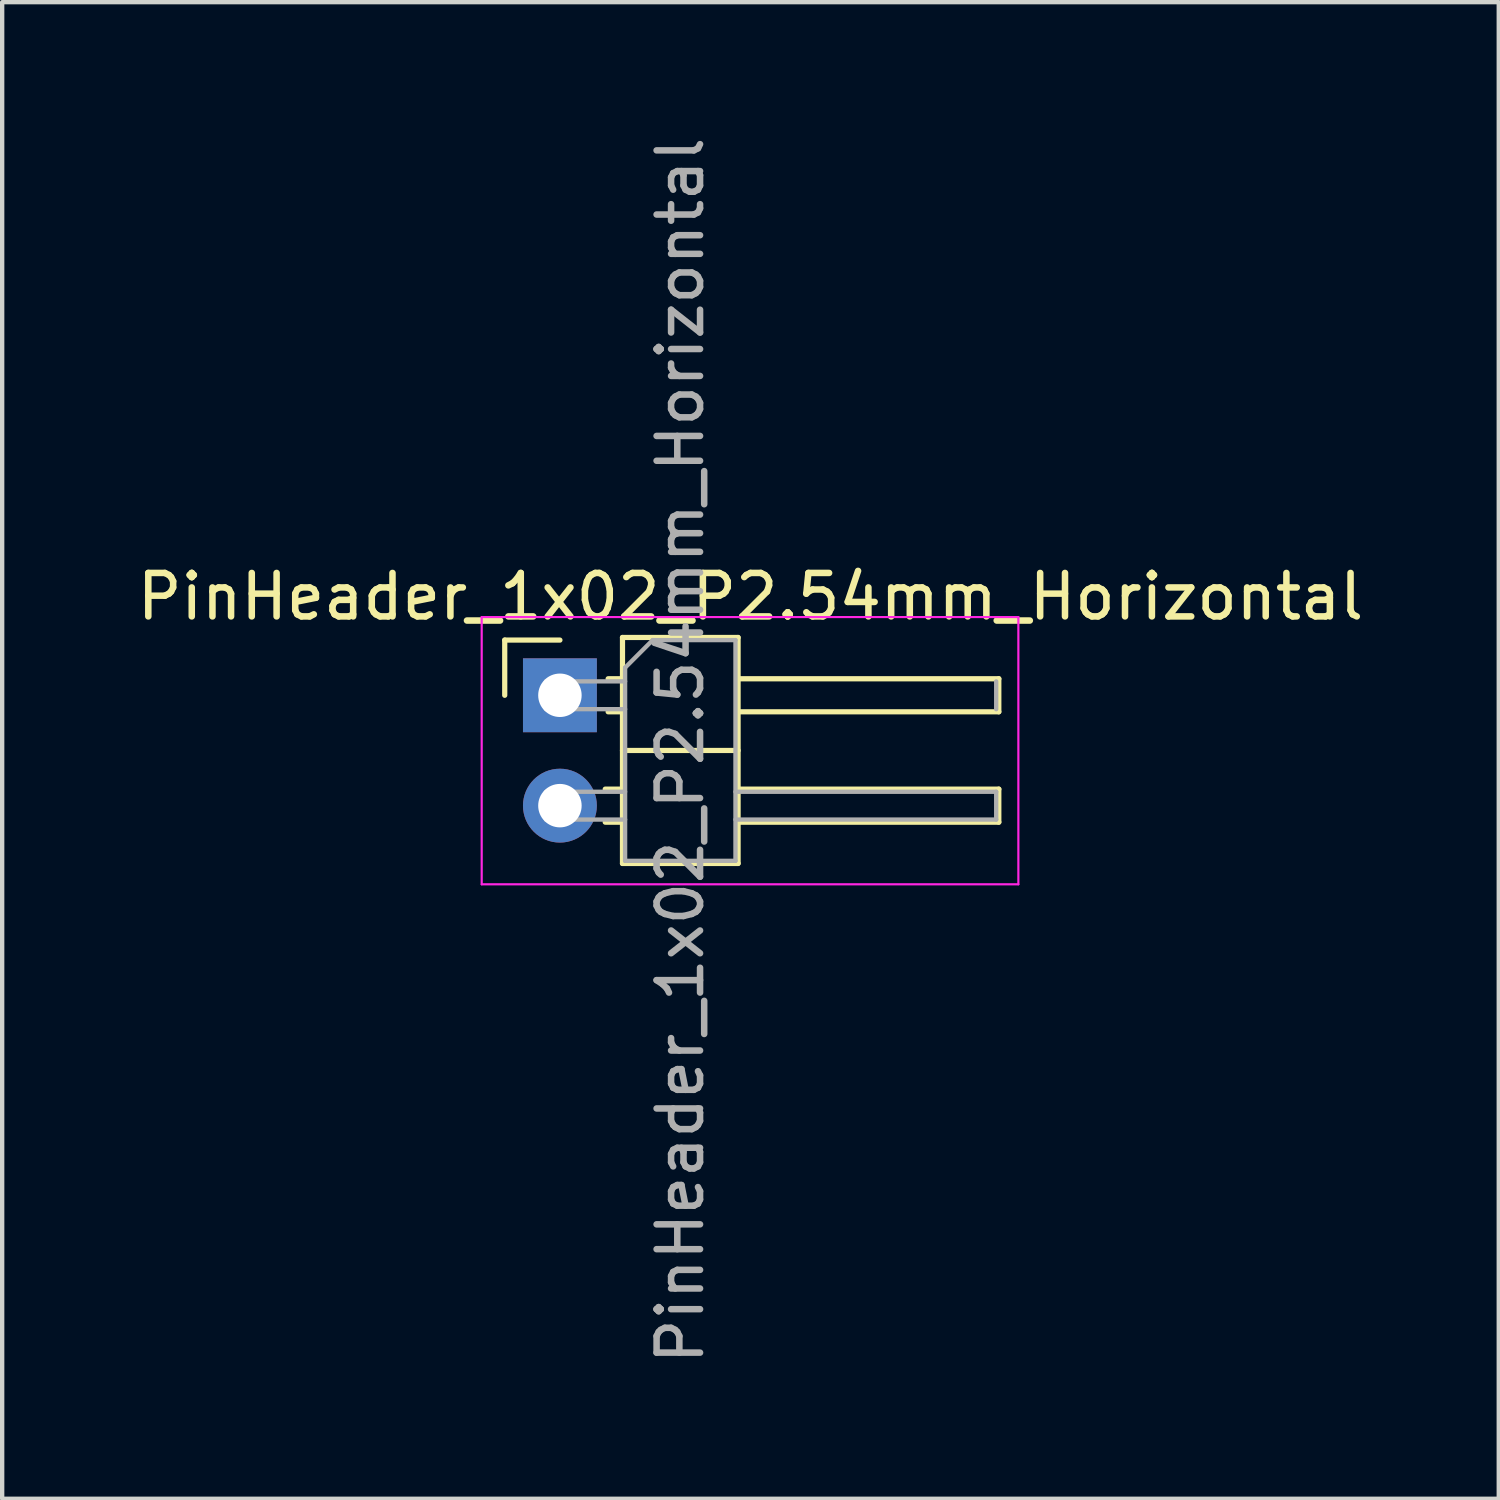
<source format=kicad_pcb>
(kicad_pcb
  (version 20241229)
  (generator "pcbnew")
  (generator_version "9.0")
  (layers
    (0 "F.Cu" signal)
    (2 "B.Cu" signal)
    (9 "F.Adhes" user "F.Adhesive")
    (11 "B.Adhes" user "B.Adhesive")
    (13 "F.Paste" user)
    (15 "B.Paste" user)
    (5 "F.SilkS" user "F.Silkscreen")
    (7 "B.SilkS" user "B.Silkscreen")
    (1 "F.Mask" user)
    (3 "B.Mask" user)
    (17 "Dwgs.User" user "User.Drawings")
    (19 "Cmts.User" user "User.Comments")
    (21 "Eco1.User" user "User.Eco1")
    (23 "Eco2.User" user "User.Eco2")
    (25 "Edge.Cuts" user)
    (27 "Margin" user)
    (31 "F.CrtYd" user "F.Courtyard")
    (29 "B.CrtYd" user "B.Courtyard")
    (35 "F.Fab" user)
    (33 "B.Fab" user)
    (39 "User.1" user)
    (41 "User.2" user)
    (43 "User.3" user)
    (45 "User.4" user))
  (footprint "PinHeader_1x02_P2.54mm_Horizontal"
    (layer "F.Cu")
    (at 9.835 12.95)
    (property "Reference" "PinHeader_1x02_P2.54mm_Horizontal" (at 4.385 -2.27 0) (layer "F.SilkS") (effects (font (size 1 1) (thickness 0.15))))
    (attr through_hole)
    (fp_line (start -1.27 -1.27) (end 0 -1.27) (stroke (width 0.12) (type solid)) (layer "F.SilkS"))
    (fp_line (start -1.27 0) (end -1.27 -1.27) (stroke (width 0.12) (type solid)) (layer "F.SilkS"))
    (fp_line (start 1.043 2.16) (end 1.44 2.16) (stroke (width 0.12) (type solid)) (layer "F.SilkS"))
    (fp_line (start 1.043 2.92) (end 1.44 2.92) (stroke (width 0.12) (type solid)) (layer "F.SilkS"))
    (fp_line (start 1.11 -0.38) (end 1.44 -0.38) (stroke (width 0.12) (type solid)) (layer "F.SilkS"))
    (fp_line (start 1.11 0.38) (end 1.44 0.38) (stroke (width 0.12) (type solid)) (layer "F.SilkS"))
    (fp_line (start 1.44 -1.33) (end 1.44 3.87) (stroke (width 0.12) (type solid)) (layer "F.SilkS"))
    (fp_line (start 1.44 1.27) (end 4.1 1.27) (stroke (width 0.12) (type solid)) (layer "F.SilkS"))
    (fp_line (start 1.44 3.87) (end 4.1 3.87) (stroke (width 0.12) (type solid)) (layer "F.SilkS"))
    (fp_line (start 4.1 -1.33) (end 1.44 -1.33) (stroke (width 0.12) (type solid)) (layer "F.SilkS"))
    (fp_line (start 4.1 -0.38) (end 10.1 -0.38) (stroke (width 0.12) (type solid)) (layer "F.SilkS"))
    (fp_line (start 4.1 2.16) (end 10.1 2.16) (stroke (width 0.12) (type solid)) (layer "F.SilkS"))
    (fp_line (start 4.1 3.87) (end 4.1 -1.33) (stroke (width 0.12) (type solid)) (layer "F.SilkS"))
    (fp_line (start 10.1 -0.38) (end 10.1 0.38) (stroke (width 0.12) (type solid)) (layer "F.SilkS"))
    (fp_line (start 10.1 0.38) (end 4.1 0.38) (stroke (width 0.12) (type solid)) (layer "F.SilkS"))
    (fp_line (start 10.1 2.16) (end 10.1 2.92) (stroke (width 0.12) (type solid)) (layer "F.SilkS"))
    (fp_line (start 10.1 2.92) (end 4.1 2.92) (stroke (width 0.12) (type solid)) (layer "F.SilkS"))
    (fp_line (start -1.8 -1.8) (end -1.8 4.35) (stroke (width 0.05) (type solid)) (layer "F.CrtYd"))
    (fp_line (start -1.8 4.35) (end 10.55 4.35) (stroke (width 0.05) (type solid)) (layer "F.CrtYd"))
    (fp_line (start 10.55 -1.8) (end -1.8 -1.8) (stroke (width 0.05) (type solid)) (layer "F.CrtYd"))
    (fp_line (start 10.55 4.35) (end 10.55 -1.8) (stroke (width 0.05) (type solid)) (layer "F.CrtYd"))
    (fp_line (start -0.32 -0.32) (end -0.32 0.32) (stroke (width 0.1) (type solid)) (layer "F.Fab"))
    (fp_line (start -0.32 -0.32) (end 1.5 -0.32) (stroke (width 0.1) (type solid)) (layer "F.Fab"))
    (fp_line (start -0.32 0.32) (end 1.5 0.32) (stroke (width 0.1) (type solid)) (layer "F.Fab"))
    (fp_line (start -0.32 2.22) (end -0.32 2.86) (stroke (width 0.1) (type solid)) (layer "F.Fab"))
    (fp_line (start -0.32 2.22) (end 1.5 2.22) (stroke (width 0.1) (type solid)) (layer "F.Fab"))
    (fp_line (start -0.32 2.86) (end 1.5 2.86) (stroke (width 0.1) (type solid)) (layer "F.Fab"))
    (fp_line (start 1.5 -0.635) (end 2.135 -1.27) (stroke (width 0.1) (type solid)) (layer "F.Fab"))
    (fp_line (start 1.5 3.81) (end 1.5 -0.635) (stroke (width 0.1) (type solid)) (layer "F.Fab"))
    (fp_line (start 2.135 -1.27) (end 4.04 -1.27) (stroke (width 0.1) (type solid)) (layer "F.Fab"))
    (fp_line (start 4.04 -1.27) (end 4.04 3.81) (stroke (width 0.1) (type solid)) (layer "F.Fab"))
    (fp_line (start 4.04 2.22) (end 10.04 2.22) (stroke (width 0.1) (type solid)) (layer "F.Fab"))
    (fp_line (start 4.04 2.86) (end 10.04 2.86) (stroke (width 0.1) (type solid)) (layer "F.Fab"))
    (fp_line (start 4.04 3.81) (end 1.5 3.81) (stroke (width 0.1) (type solid)) (layer "F.Fab"))
    (fp_line (start 10.04 -0.32) (end 10.04 0.32) (stroke (width 0.1) (type solid)) (layer "F.Fab"))
    (fp_line (start 10.04 2.22) (end 10.04 2.86) (stroke (width 0.1) (type solid)) (layer "F.Fab"))
    (fp_text user "${REFERENCE}" (at 2.77 1.27 90) (layer "F.Fab") (effects (font (size 1 1) (thickness 0.15))))
    (pad "1" thru_hole rect (at 0 0) (size 1.7 1.7) (drill 1) (layers "*.Cu" "*.Mask"))
    (pad "2" thru_hole oval (at 0 2.54) (size 1.7 1.7) (drill 1) (layers "*.Cu" "*.Mask")))
  (gr_rect
    (start -3 -3)
    (end 31.44 31.44)
    (stroke (width 0.1) (type default))
    (fill no)
    (layer "Edge.Cuts")))
</source>
